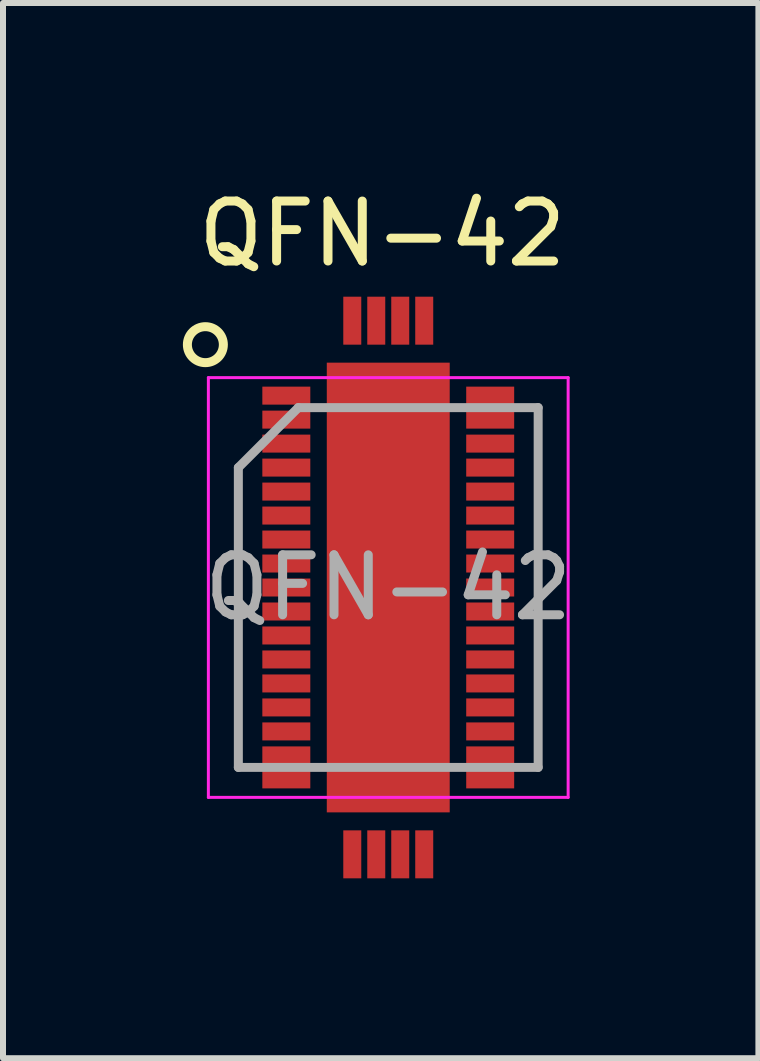
<source format=kicad_pcb>
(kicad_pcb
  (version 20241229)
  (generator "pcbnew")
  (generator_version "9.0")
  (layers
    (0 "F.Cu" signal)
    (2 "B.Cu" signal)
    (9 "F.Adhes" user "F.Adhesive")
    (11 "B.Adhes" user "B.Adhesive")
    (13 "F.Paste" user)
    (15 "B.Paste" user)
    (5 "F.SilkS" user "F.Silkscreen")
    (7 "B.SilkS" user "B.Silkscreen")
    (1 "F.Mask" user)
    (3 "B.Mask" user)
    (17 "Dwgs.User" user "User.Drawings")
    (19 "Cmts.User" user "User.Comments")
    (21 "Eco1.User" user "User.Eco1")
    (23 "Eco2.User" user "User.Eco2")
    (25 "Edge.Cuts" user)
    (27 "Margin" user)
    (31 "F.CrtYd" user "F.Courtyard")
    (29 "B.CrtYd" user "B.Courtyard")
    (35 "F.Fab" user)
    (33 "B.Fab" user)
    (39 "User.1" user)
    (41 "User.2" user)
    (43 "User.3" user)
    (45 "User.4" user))
  (footprint "QFN-42"
    (layer "F.Cu")
    (at 3.425 6.748)
    (property "Reference" "QFN-42" (at -0.1 -5.9 0) (layer "F.SilkS") (effects (font (size 1 1) (thickness 0.15))))
    (attr smd)
    (fp_circle (center -3.05 -4.05) (end -3.05 -3.75) (stroke (width 0.15) (type solid)) (fill no) (layer "F.SilkS"))
    (fp_line (start -3 -3.5) (end -3 3.5) (stroke (width 0.05) (type solid)) (layer "F.CrtYd"))
    (fp_line (start -3 -3.5) (end 3 -3.5) (stroke (width 0.05) (type solid)) (layer "F.CrtYd"))
    (fp_line (start -3 3.5) (end 3 3.5) (stroke (width 0.05) (type solid)) (layer "F.CrtYd"))
    (fp_line (start 3 -3.5) (end 3 3.5) (stroke (width 0.05) (type solid)) (layer "F.CrtYd"))
    (fp_line (start -2.5 -2) (end -1.5 -3) (stroke (width 0.15) (type solid)) (layer "F.Fab"))
    (fp_line (start -2.5 3) (end -2.5 -2) (stroke (width 0.15) (type solid)) (layer "F.Fab"))
    (fp_line (start -1.5 -3) (end 2.5 -3) (stroke (width 0.15) (type solid)) (layer "F.Fab"))
    (fp_line (start 2.5 -3) (end 2.5 3) (stroke (width 0.15) (type solid)) (layer "F.Fab"))
    (fp_line (start 2.5 3) (end -2.5 3) (stroke (width 0.15) (type solid)) (layer "F.Fab"))
    (fp_text user "${REFERENCE}" (at 0 0 0) (layer "F.Fab") (effects (font (size 1 1) (thickness 0.15))))
    (pad "1" smd rect (at -1.3 -3.2) (size 0.8 0.3) (drill (offset -0.4 0)) (layers "F.Cu" "F.Mask" "F.Paste"))
    (pad "2" smd rect (at -1.3 -2.8) (size 0.8 0.3) (drill (offset -0.4 0)) (layers "F.Cu" "F.Mask" "F.Paste"))
    (pad "3" smd rect (at -1.3 -2.4) (size 0.8 0.3) (drill (offset -0.4 0)) (layers "F.Cu" "F.Mask" "F.Paste"))
    (pad "4" smd rect (at -1.3 -2) (size 0.8 0.3) (drill (offset -0.4 0)) (layers "F.Cu" "F.Mask" "F.Paste"))
    (pad "5" smd rect (at -1.3 -1.6) (size 0.8 0.3) (drill (offset -0.4 0)) (layers "F.Cu" "F.Mask" "F.Paste"))
    (pad "6" smd rect (at -1.3 -1.2) (size 0.8 0.3) (drill (offset -0.4 0)) (layers "F.Cu" "F.Mask" "F.Paste"))
    (pad "7" smd rect (at -1.3 -0.8) (size 0.8 0.3) (drill (offset -0.4 0)) (layers "F.Cu" "F.Mask" "F.Paste"))
    (pad "8" smd rect (at -1.3 -0.4) (size 0.8 0.3) (drill (offset -0.4 0)) (layers "F.Cu" "F.Mask" "F.Paste"))
    (pad "9" smd rect (at -1.3 0) (size 0.8 0.3) (drill (offset -0.4 0)) (layers "F.Cu" "F.Mask" "F.Paste"))
    (pad "10" smd rect (at -1.3 0.4) (size 0.8 0.3) (drill (offset -0.4 0)) (layers "F.Cu" "F.Mask" "F.Paste"))
    (pad "11" smd rect (at -1.3 0.8) (size 0.8 0.3) (drill (offset -0.4 0)) (layers "F.Cu" "F.Mask" "F.Paste"))
    (pad "12" smd rect (at -1.3 1.2) (size 0.8 0.3) (drill (offset -0.4 0)) (layers "F.Cu" "F.Mask" "F.Paste"))
    (pad "13" smd rect (at -1.3 1.6) (size 0.8 0.3) (drill (offset -0.4 0)) (layers "F.Cu" "F.Mask" "F.Paste"))
    (pad "14" smd rect (at -1.3 2) (size 0.8 0.3) (drill (offset -0.4 0)) (layers "F.Cu" "F.Mask" "F.Paste"))
    (pad "15" smd rect (at -1.3 2.4) (size 0.8 0.3) (drill (offset -0.4 0)) (layers "F.Cu" "F.Mask" "F.Paste"))
    (pad "16" smd rect (at -1.3 2.8) (size 0.8 0.3) (drill (offset -0.4 0)) (layers "F.Cu" "F.Mask" "F.Paste"))
    (pad "17" smd rect (at -1.3 3.2) (size 0.8 0.3) (drill (offset -0.4 0)) (layers "F.Cu" "F.Mask" "F.Paste"))
    (pad "18" smd rect (at -0.6 4.85 270) (size 0.8 0.3) (drill (offset -0.4 0)) (layers "F.Cu" "F.Mask" "F.Paste"))
    (pad "19" smd rect (at -0.2 4.85 270) (size 0.8 0.3) (drill (offset -0.4 0)) (layers "F.Cu" "F.Mask" "F.Paste"))
    (pad "20" smd rect (at 0.2 4.85 270) (size 0.8 0.3) (drill (offset -0.4 0)) (layers "F.Cu" "F.Mask" "F.Paste"))
    (pad "21" smd rect (at 0.6 4.85 270) (size 0.8 0.3) (drill (offset -0.4 0)) (layers "F.Cu" "F.Mask" "F.Paste"))
    (pad "22" smd rect (at 1.3 3.2 180) (size 0.8 0.3) (drill (offset -0.4 0)) (layers "F.Cu" "F.Mask" "F.Paste"))
    (pad "23" smd rect (at 1.3 2.8 180) (size 0.8 0.3) (drill (offset -0.4 0)) (layers "F.Cu" "F.Mask" "F.Paste"))
    (pad "24" smd rect (at 1.3 2.4 180) (size 0.8 0.3) (drill (offset -0.4 0)) (layers "F.Cu" "F.Mask" "F.Paste"))
    (pad "25" smd rect (at 1.3 2 180) (size 0.8 0.3) (drill (offset -0.4 0)) (layers "F.Cu" "F.Mask" "F.Paste"))
    (pad "26" smd rect (at 1.3 1.6 180) (size 0.8 0.3) (drill (offset -0.4 0)) (layers "F.Cu" "F.Mask" "F.Paste"))
    (pad "27" smd rect (at 1.3 1.2 180) (size 0.8 0.3) (drill (offset -0.4 0)) (layers "F.Cu" "F.Mask" "F.Paste"))
    (pad "28" smd rect (at 1.3 0.8 180) (size 0.8 0.3) (drill (offset -0.4 0)) (layers "F.Cu" "F.Mask" "F.Paste"))
    (pad "29" smd rect (at 1.3 0.4 180) (size 0.8 0.3) (drill (offset -0.4 0)) (layers "F.Cu" "F.Mask" "F.Paste"))
    (pad "30" smd rect (at 1.3 0 180) (size 0.8 0.3) (drill (offset -0.4 0)) (layers "F.Cu" "F.Mask" "F.Paste"))
    (pad "31" smd rect (at 1.3 -0.4 180) (size 0.8 0.3) (drill (offset -0.4 0)) (layers "F.Cu" "F.Mask" "F.Paste"))
    (pad "32" smd rect (at 1.3 -0.8 180) (size 0.8 0.3) (drill (offset -0.4 0)) (layers "F.Cu" "F.Mask" "F.Paste"))
    (pad "33" smd rect (at 1.3 -1.2 180) (size 0.8 0.3) (drill (offset -0.4 0)) (layers "F.Cu" "F.Mask" "F.Paste"))
    (pad "34" smd rect (at 1.3 -1.6 180) (size 0.8 0.3) (drill (offset -0.4 0)) (layers "F.Cu" "F.Mask" "F.Paste"))
    (pad "35" smd rect (at 1.3 -2 180) (size 0.8 0.3) (drill (offset -0.4 0)) (layers "F.Cu" "F.Mask" "F.Paste"))
    (pad "36" smd rect (at 1.3 -2.4 180) (size 0.8 0.3) (drill (offset -0.4 0)) (layers "F.Cu" "F.Mask" "F.Paste"))
    (pad "37" smd rect (at 1.3 -2.8 180) (size 0.8 0.3) (drill (offset -0.4 0)) (layers "F.Cu" "F.Mask" "F.Paste"))
    (pad "38" smd rect (at 1.3 -3.2 180) (size 0.8 0.3) (drill (offset -0.4 0)) (layers "F.Cu" "F.Mask" "F.Paste"))
    (pad "39" smd rect (at 0.6 -4.05 270) (size 0.8 0.3) (drill (offset -0.4 0)) (layers "F.Cu" "F.Mask" "F.Paste"))
    (pad "40" smd rect (at 0.2 -4.05 270) (size 0.8 0.3) (drill (offset -0.4 0)) (layers "F.Cu" "F.Mask" "F.Paste"))
    (pad "41" smd rect (at -0.2 -4.05 270) (size 0.8 0.3) (drill (offset -0.4 0)) (layers "F.Cu" "F.Mask" "F.Paste"))
    (pad "42" smd rect (at -0.6 -4.05 270) (size 0.8 0.3) (drill (offset -0.4 0)) (layers "F.Cu" "F.Mask" "F.Paste"))
    (pad "43" smd rect (at 0 0) (size 2.05 7.5) (layers "F.Cu" "F.Mask" "F.Paste")))
  (gr_rect
    (start -3 -3)
    (end 9.598 14.598)
    (stroke (width 0.1) (type default))
    (fill no)
    (layer "Edge.Cuts")))
</source>
